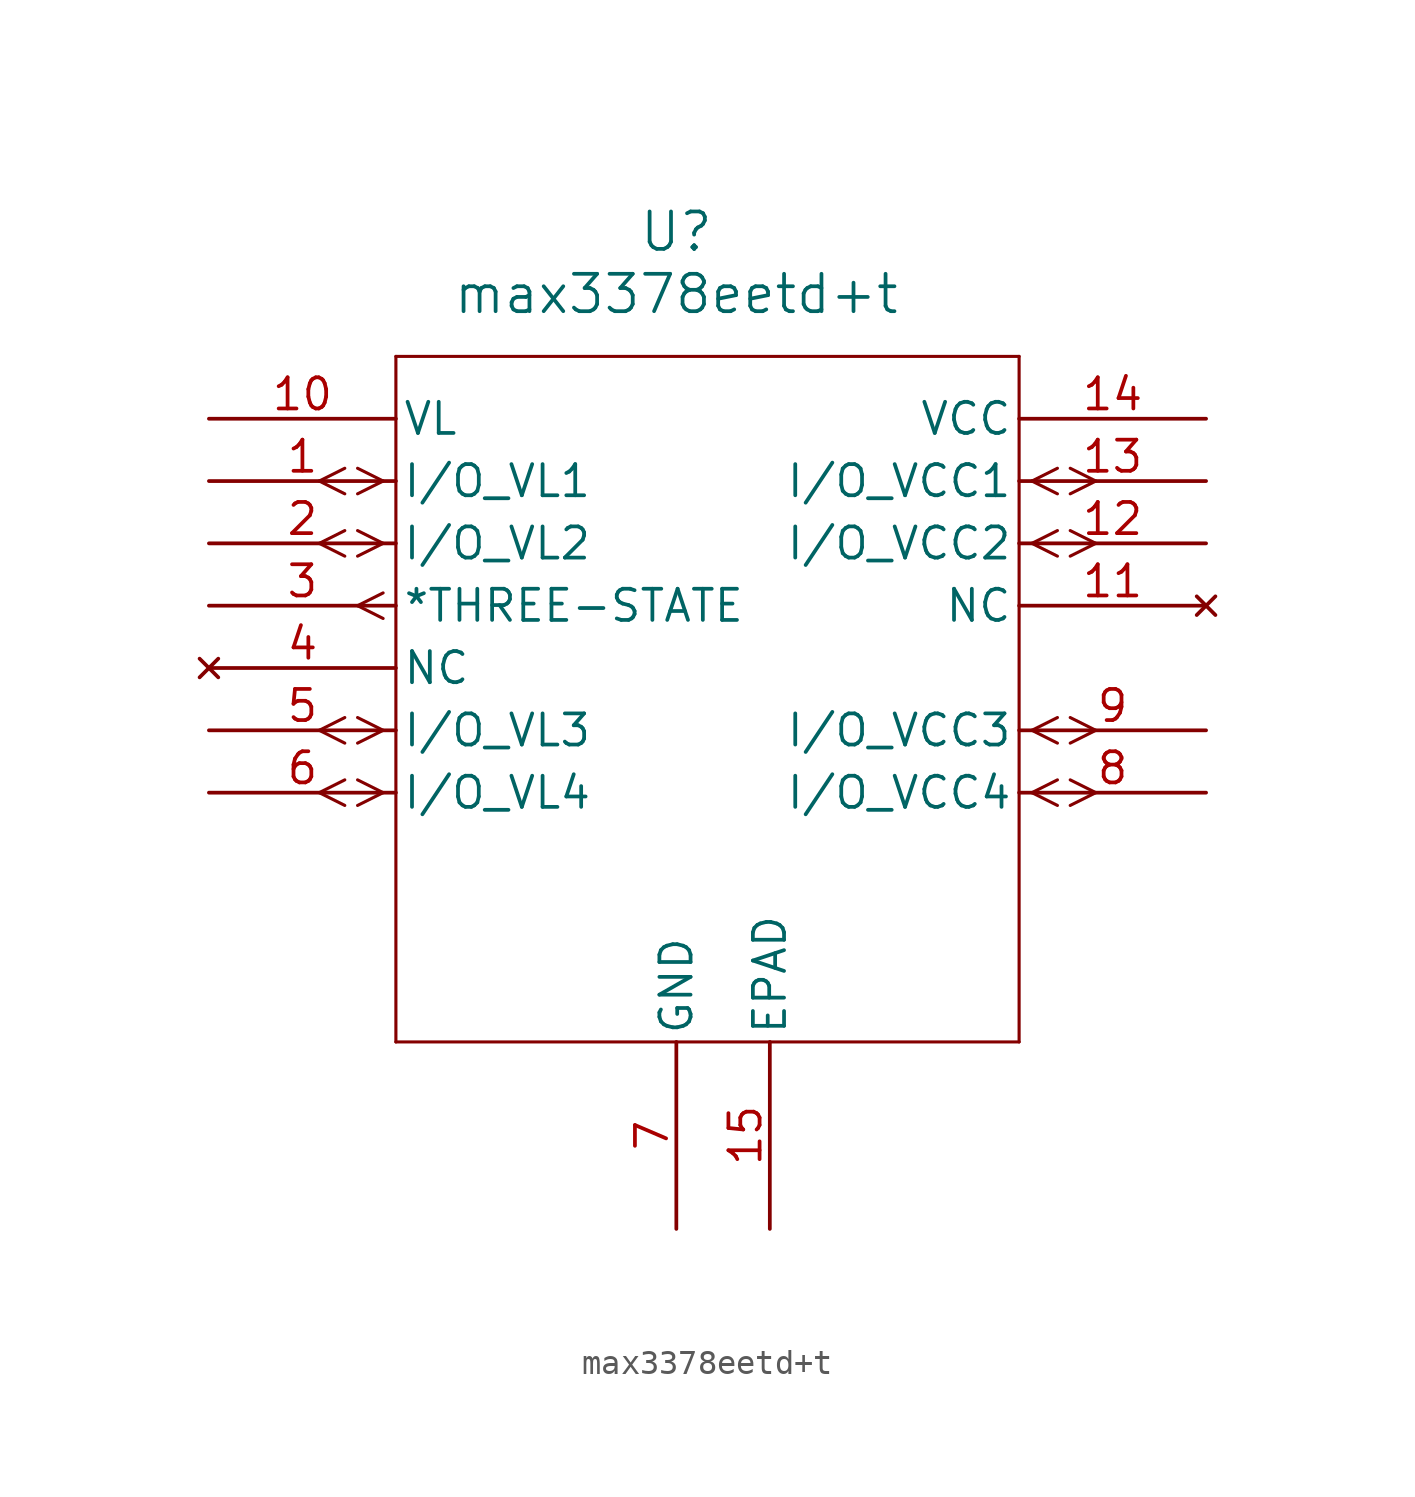
<source format=kicad_sym>
(kicad_symbol_lib
  (version 20220914)
  (generator kicad_symbol_editor)
  (symbol "max3378eetd+t"
    (pin_names
      (offset 0.254))
    (property "Reference" "U"
      (at 1.27 17.78 0)
      (effects (font (size 1.524 1.524))))
    (property "Value" "max3378eetd+t"
      (at 1.27 15.24 0)
      (effects (font (size 1.524 1.524))))
    (property "ki_locked" ""
      (at 0 0 0)
      (effects (font (size 1.27 1.27))))
    (symbol "max3378eetd+t_0_1"
      (polyline (pts (xy -12.243 -5.601) (xy -13.284 -5.08)) (stroke (width 0.127) (type default)) (fill (type none)))
      (polyline (pts (xy -12.243 -4.559) (xy -13.284 -5.08)) (stroke (width 0.127) (type default)) (fill (type none)))
      (polyline (pts (xy -12.243 -3.061) (xy -13.284 -2.54)) (stroke (width 0.127) (type default)) (fill (type none)))
      (polyline (pts (xy -12.243 -2.019) (xy -13.284 -2.54)) (stroke (width 0.127) (type default)) (fill (type none)))
      (polyline (pts (xy -12.243 4.559) (xy -13.284 5.08)) (stroke (width 0.127) (type default)) (fill (type none)))
      (polyline (pts (xy -12.243 5.601) (xy -13.284 5.08)) (stroke (width 0.127) (type default)) (fill (type none)))
      (polyline (pts (xy -12.243 7.099) (xy -13.284 7.62)) (stroke (width 0.127) (type default)) (fill (type none)))
      (polyline (pts (xy -12.243 8.141) (xy -13.284 7.62)) (stroke (width 0.127) (type default)) (fill (type none)))
      (polyline (pts (xy -10.681 -5.08) (xy -11.722 -5.601)) (stroke (width 0.127) (type default)) (fill (type none)))
      (polyline (pts (xy -10.681 -5.08) (xy -11.722 -4.559)) (stroke (width 0.127) (type default)) (fill (type none)))
      (polyline (pts (xy -10.681 -2.54) (xy -11.722 -3.061)) (stroke (width 0.127) (type default)) (fill (type none)))
      (polyline (pts (xy -10.681 -2.54) (xy -11.722 -2.019)) (stroke (width 0.127) (type default)) (fill (type none)))
      (polyline (pts (xy -10.681 2.019) (xy -11.722 2.54)) (stroke (width 0.127) (type default)) (fill (type none)))
      (polyline (pts (xy -10.681 3.061) (xy -11.722 2.54)) (stroke (width 0.127) (type default)) (fill (type none)))
      (polyline (pts (xy -10.681 5.08) (xy -11.722 4.559)) (stroke (width 0.127) (type default)) (fill (type none)))
      (polyline (pts (xy -10.681 5.08) (xy -11.722 5.601)) (stroke (width 0.127) (type default)) (fill (type none)))
      (polyline (pts (xy -10.681 7.62) (xy -11.722 7.099)) (stroke (width 0.127) (type default)) (fill (type none)))
      (polyline (pts (xy -10.681 7.62) (xy -11.722 8.141)) (stroke (width 0.127) (type default)) (fill (type none)))
      (polyline (pts (xy -10.16 -15.24) (xy 15.24 -15.24)) (stroke (width 0.127) (type default)) (fill (type none)))
      (polyline (pts (xy -10.16 12.7) (xy -10.16 -15.24)) (stroke (width 0.127) (type default)) (fill (type none)))
      (polyline (pts (xy 15.24 -15.24) (xy 15.24 12.7)) (stroke (width 0.127) (type default)) (fill (type none)))
      (polyline (pts (xy 15.24 12.7) (xy -10.16 12.7)) (stroke (width 0.127) (type default)) (fill (type none)))
      (polyline (pts (xy 15.761 -5.08) (xy 16.802 -5.601)) (stroke (width 0.127) (type default)) (fill (type none)))
      (polyline (pts (xy 15.761 -5.08) (xy 16.802 -4.559)) (stroke (width 0.127) (type default)) (fill (type none)))
      (polyline (pts (xy 15.761 -2.54) (xy 16.802 -3.061)) (stroke (width 0.127) (type default)) (fill (type none)))
      (polyline (pts (xy 15.761 -2.54) (xy 16.802 -2.019)) (stroke (width 0.127) (type default)) (fill (type none)))
      (polyline (pts (xy 15.761 5.08) (xy 16.802 4.559)) (stroke (width 0.127) (type default)) (fill (type none)))
      (polyline (pts (xy 15.761 5.08) (xy 16.802 5.601)) (stroke (width 0.127) (type default)) (fill (type none)))
      (polyline (pts (xy 15.761 7.62) (xy 16.802 7.099)) (stroke (width 0.127) (type default)) (fill (type none)))
      (polyline (pts (xy 15.761 7.62) (xy 16.802 8.141)) (stroke (width 0.127) (type default)) (fill (type none)))
      (polyline (pts (xy 17.323 -5.601) (xy 18.364 -5.08)) (stroke (width 0.127) (type default)) (fill (type none)))
      (polyline (pts (xy 17.323 -4.559) (xy 18.364 -5.08)) (stroke (width 0.127) (type default)) (fill (type none)))
      (polyline (pts (xy 17.323 -3.061) (xy 18.364 -2.54)) (stroke (width 0.127) (type default)) (fill (type none)))
      (polyline (pts (xy 17.323 -2.019) (xy 18.364 -2.54)) (stroke (width 0.127) (type default)) (fill (type none)))
      (polyline (pts (xy 17.323 4.559) (xy 18.364 5.08)) (stroke (width 0.127) (type default)) (fill (type none)))
      (polyline (pts (xy 17.323 5.601) (xy 18.364 5.08)) (stroke (width 0.127) (type default)) (fill (type none)))
      (polyline (pts (xy 17.323 7.099) (xy 18.364 7.62)) (stroke (width 0.127) (type default)) (fill (type none)))
      (polyline (pts (xy 17.323 8.141) (xy 18.364 7.62)) (stroke (width 0.127) (type default)) (fill (type none)))
      (pin bidirectional line (at -17.78 7.62 0) (length 7.62) (name "I/O_VL1" (effects (font (size 1.27 1.27)))) (number "1" (effects (font (size 1.27 1.27)))))
      (pin power_in line (at -17.78 10.16 0) (length 7.62) (name "VL" (effects (font (size 1.27 1.27)))) (number "10" (effects (font (size 1.27 1.27)))))
      (pin no_connect line (at 22.86 2.54 180) (length 7.62) (name "NC" (effects (font (size 1.27 1.27)))) (number "11" (effects (font (size 1.27 1.27)))))
      (pin bidirectional line (at 22.86 5.08 180) (length 7.62) (name "I/O_VCC2" (effects (font (size 1.27 1.27)))) (number "12" (effects (font (size 1.27 1.27)))))
      (pin bidirectional line (at 22.86 7.62 180) (length 7.62) (name "I/O_VCC1" (effects (font (size 1.27 1.27)))) (number "13" (effects (font (size 1.27 1.27)))))
      (pin power_in line (at 22.86 10.16 180) (length 7.62) (name "VCC" (effects (font (size 1.27 1.27)))) (number "14" (effects (font (size 1.27 1.27)))))
      (pin power_in line (at 5.08 -22.86 90) (length 7.62) (name "EPAD" (effects (font (size 1.27 1.27)))) (number "15" (effects (font (size 1.27 1.27)))))
      (pin bidirectional line (at -17.78 5.08 0) (length 7.62) (name "I/O_VL2" (effects (font (size 1.27 1.27)))) (number "2" (effects (font (size 1.27 1.27)))))
      (pin output line (at -17.78 2.54 0) (length 7.62) (name "*THREE-STATE" (effects (font (size 1.27 1.27)))) (number "3" (effects (font (size 1.27 1.27)))))
      (pin no_connect line (at -17.78 0 0) (length 7.62) (name "NC" (effects (font (size 1.27 1.27)))) (number "4" (effects (font (size 1.27 1.27)))))
      (pin bidirectional line (at -17.78 -2.54 0) (length 7.62) (name "I/O_VL3" (effects (font (size 1.27 1.27)))) (number "5" (effects (font (size 1.27 1.27)))))
      (pin bidirectional line (at -17.78 -5.08 0) (length 7.62) (name "I/O_VL4" (effects (font (size 1.27 1.27)))) (number "6" (effects (font (size 1.27 1.27)))))
      (pin power_in line (at 1.27 -22.86 90) (length 7.62) (name "GND" (effects (font (size 1.27 1.27)))) (number "7" (effects (font (size 1.27 1.27)))))
      (pin bidirectional line (at 22.86 -5.08 180) (length 7.62) (name "I/O_VCC4" (effects (font (size 1.27 1.27)))) (number "8" (effects (font (size 1.27 1.27)))))
      (pin bidirectional line (at 22.86 -2.54 180) (length 7.62) (name "I/O_VCC3" (effects (font (size 1.27 1.27)))) (number "9" (effects (font (size 1.27 1.27))))))))
</source>
